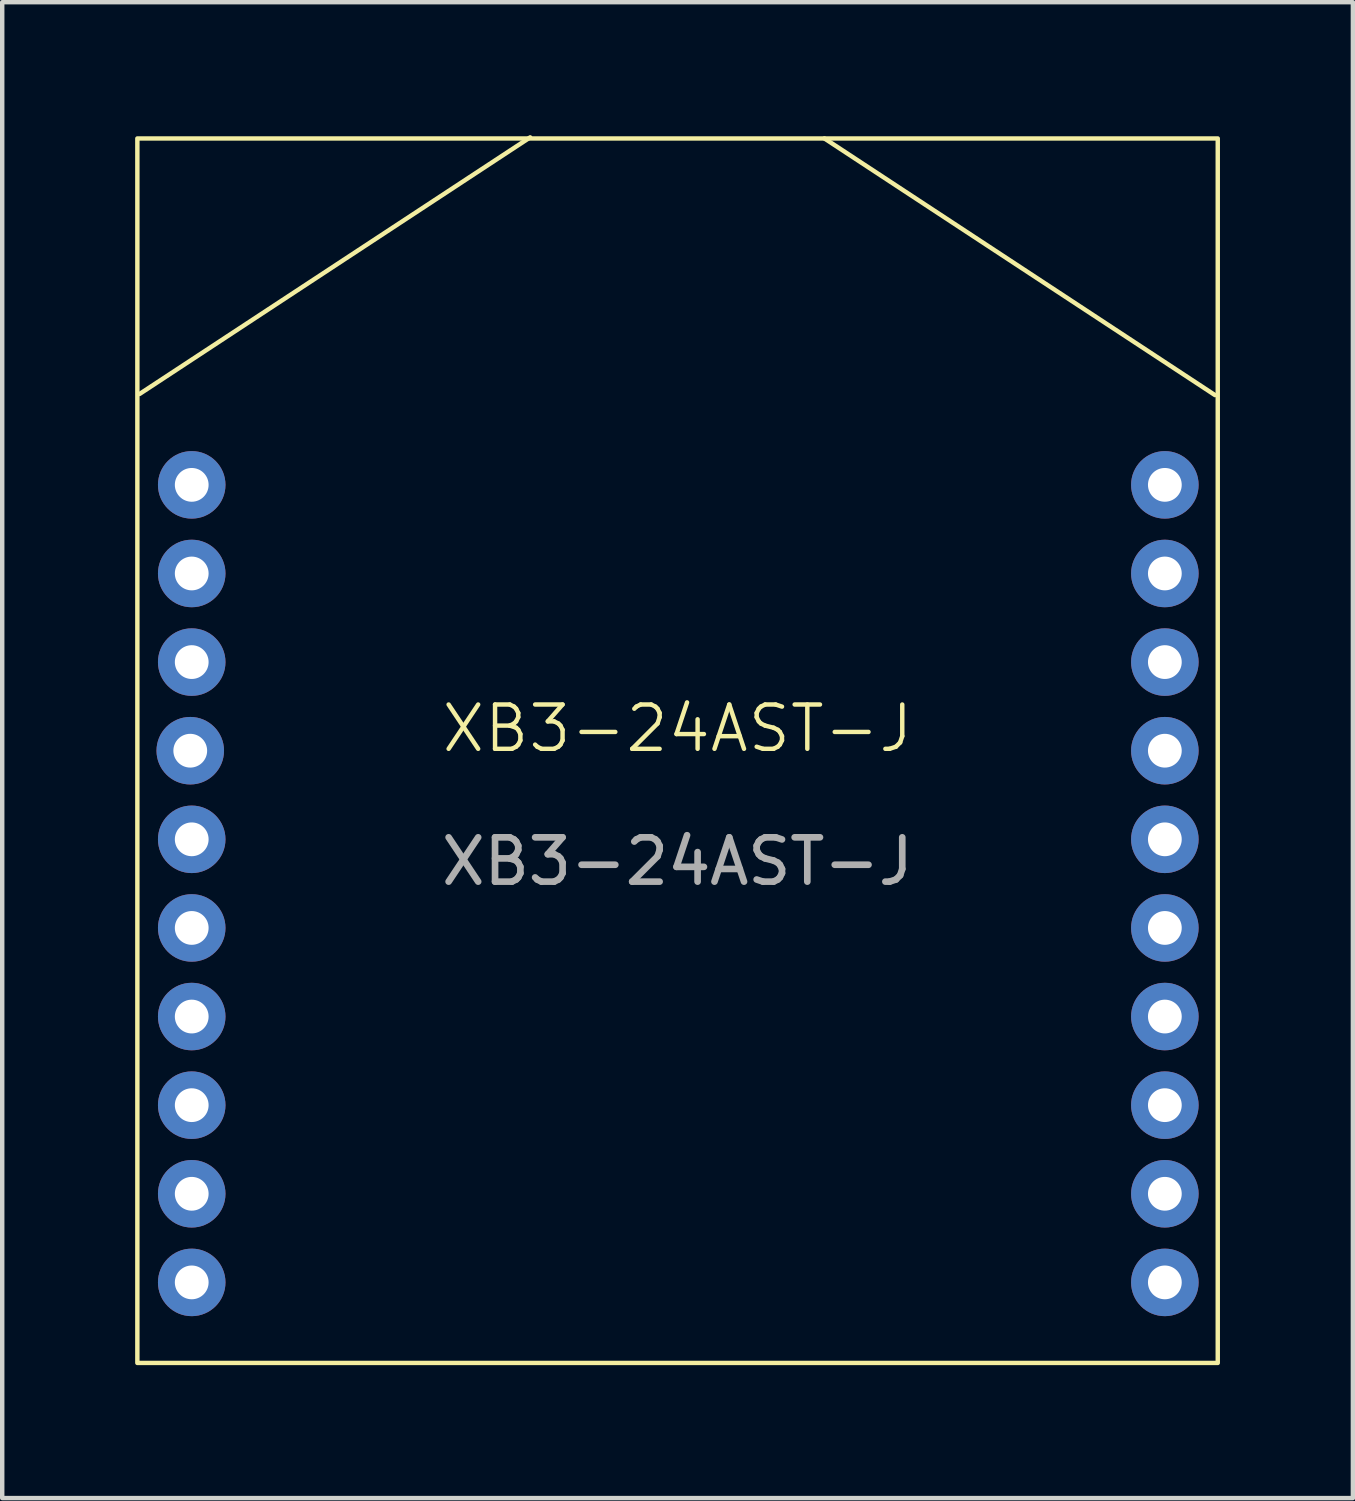
<source format=kicad_pcb>
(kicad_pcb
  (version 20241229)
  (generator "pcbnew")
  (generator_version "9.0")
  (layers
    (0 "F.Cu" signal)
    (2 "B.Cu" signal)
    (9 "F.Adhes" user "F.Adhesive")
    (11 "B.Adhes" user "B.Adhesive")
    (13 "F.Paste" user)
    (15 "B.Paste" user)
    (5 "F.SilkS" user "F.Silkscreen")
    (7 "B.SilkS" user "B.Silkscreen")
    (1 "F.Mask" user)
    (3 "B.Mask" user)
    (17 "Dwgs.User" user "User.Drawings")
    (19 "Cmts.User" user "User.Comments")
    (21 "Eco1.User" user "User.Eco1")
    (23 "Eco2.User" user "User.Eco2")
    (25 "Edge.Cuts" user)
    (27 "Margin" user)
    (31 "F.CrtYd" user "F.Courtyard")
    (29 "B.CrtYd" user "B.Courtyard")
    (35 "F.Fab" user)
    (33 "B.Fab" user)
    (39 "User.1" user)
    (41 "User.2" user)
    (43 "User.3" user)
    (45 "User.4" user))
  (footprint "XB3-24AST-J"
    (layer "F.Cu")
    (at 12.242 13.893)
    (property "Reference" "XB3-24AST-J" (at 0 -0.5 0) (unlocked yes) (layer "F.SilkS") (effects (font (size 1 1) (thickness 0.1))))
    (attr through_hole)
    (fp_line (start -12.141 -8.052) (end -3.327 -13.843) (stroke (width 0.1) (type default)) (layer "F.SilkS"))
    (fp_line (start 12.129 -8.026) (end 3.315 -13.818) (stroke (width 0.1) (type default)) (layer "F.SilkS"))
    (fp_rect (start -12.192 -13.818) (end 12.192 13.818) (stroke (width 0.1) (type default)) (fill no) (layer "F.SilkS"))
    (fp_text user "${REFERENCE}" (at 0 2.5 0) (unlocked yes) (layer "F.Fab") (effects (font (size 1 1) (thickness 0.15))))
    (pad "1" thru_hole circle (at -10.965 -6) (size 1.524 1.524) (drill 0.762) (layers "*.Cu" "*.Mask"))
    (pad "2" thru_hole circle (at -10.965 -4) (size 1.524 1.524) (drill 0.762) (layers "*.Cu" "*.Mask"))
    (pad "3" thru_hole circle (at -10.965 -2) (size 1.524 1.524) (drill 0.762) (layers "*.Cu" "*.Mask"))
    (pad "4" thru_hole circle (at -10.998 0) (size 1.524 1.524) (drill 0.762) (layers "*.Cu" "*.Mask"))
    (pad "5" thru_hole circle (at -10.965 2) (size 1.524 1.524) (drill 0.762) (layers "*.Cu" "*.Mask"))
    (pad "6" thru_hole circle (at -10.965 4) (size 1.524 1.524) (drill 0.762) (layers "*.Cu" "*.Mask"))
    (pad "7" thru_hole circle (at -10.965 6) (size 1.524 1.524) (drill 0.762) (layers "*.Cu" "*.Mask"))
    (pad "8" thru_hole circle (at -10.965 8) (size 1.524 1.524) (drill 0.762) (layers "*.Cu" "*.Mask"))
    (pad "9" thru_hole circle (at -10.965 10) (size 1.524 1.524) (drill 0.762) (layers "*.Cu" "*.Mask"))
    (pad "10" thru_hole circle (at -10.965 12) (size 1.524 1.524) (drill 0.762) (layers "*.Cu" "*.Mask"))
    (pad "11" thru_hole circle (at 10.998 12) (size 1.524 1.524) (drill 0.762) (layers "*.Cu" "*.Mask"))
    (pad "12" thru_hole circle (at 10.998 10) (size 1.524 1.524) (drill 0.762) (layers "*.Cu" "*.Mask"))
    (pad "13" thru_hole circle (at 10.998 8) (size 1.524 1.524) (drill 0.762) (layers "*.Cu" "*.Mask"))
    (pad "14" thru_hole circle (at 10.998 6) (size 1.524 1.524) (drill 0.762) (layers "*.Cu" "*.Mask"))
    (pad "15" thru_hole circle (at 10.998 4) (size 1.524 1.524) (drill 0.762) (layers "*.Cu" "*.Mask"))
    (pad "16" thru_hole circle (at 10.998 2) (size 1.524 1.524) (drill 0.762) (layers "*.Cu" "*.Mask"))
    (pad "17" thru_hole circle (at 10.998 0) (size 1.524 1.524) (drill 0.762) (layers "*.Cu" "*.Mask"))
    (pad "18" thru_hole circle (at 10.998 -2) (size 1.524 1.524) (drill 0.762) (layers "*.Cu" "*.Mask"))
    (pad "19" thru_hole circle (at 10.998 -4) (size 1.524 1.524) (drill 0.762) (layers "*.Cu" "*.Mask"))
    (pad "20" thru_hole circle (at 10.998 -6) (size 1.524 1.524) (drill 0.762) (layers "*.Cu" "*.Mask")))
  (gr_rect
    (start -3 -3)
    (end 27.484 30.761)
    (stroke (width 0.1) (type default))
    (fill no)
    (layer "Edge.Cuts")))
</source>
